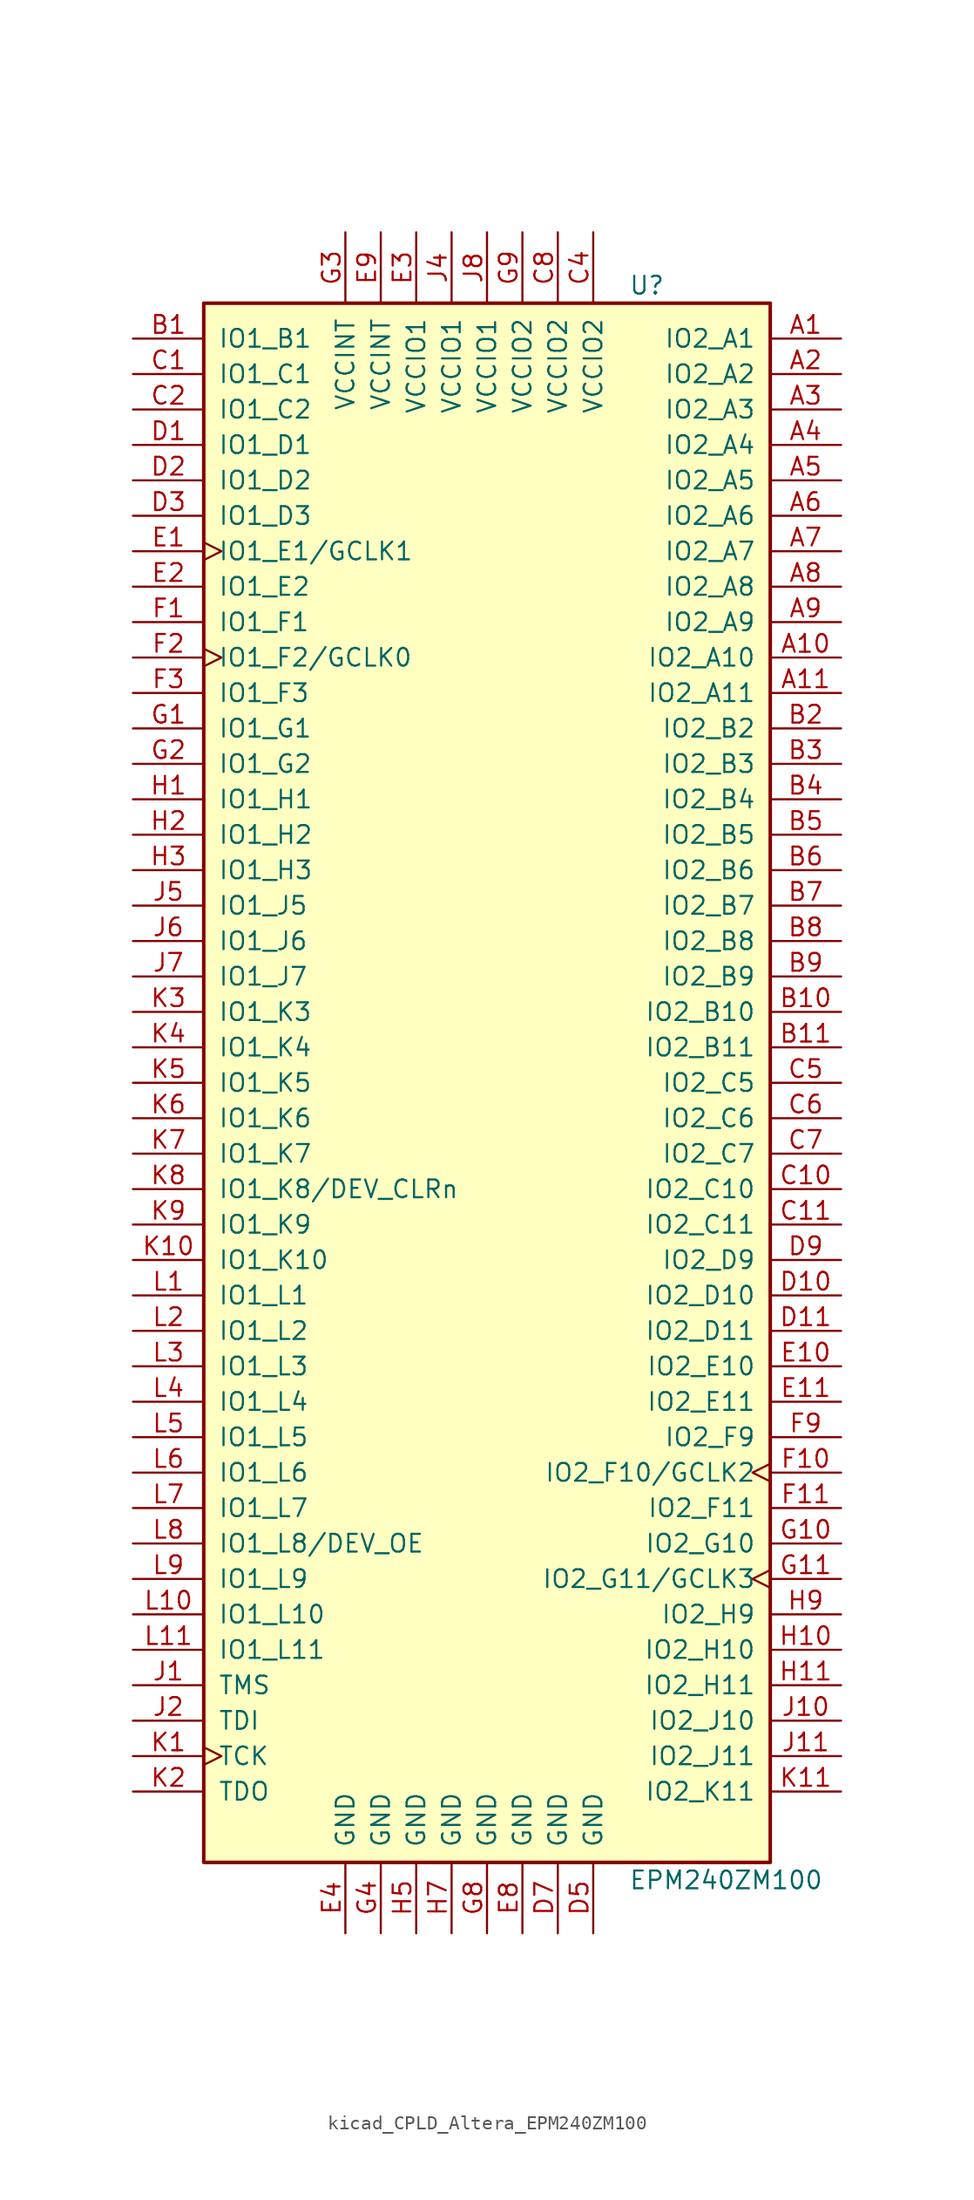
<source format=kicad_sym>
(kicad_symbol_lib
  (version 20220914)
  (generator kicad_symbol_editor)
  (symbol "kicad_CPLD_Altera_EPM240ZM100"
    (pin_names
      (offset 1.016))
    (property "Reference" "U"
      (at 10.16 57.15 0)
      (effects (font (size 1.27 1.27)) (justify left)))
    (property "Value" "EPM240ZM100"
      (at 10.16 -57.15 0)
      (effects (font (size 1.27 1.27)) (justify left)))
    (property "ki_locked" ""
      (at 0 0 0)
      (effects (font (size 1.27 1.27))))
    (symbol "kicad_CPLD_Altera_EPM240ZM100_1_1"
      (rectangle (start -20.32 55.88) (end 20.32 -55.88) (stroke (width 0.254) (type default)) (fill (type background)))
      (pin bidirectional line (at 25.4 53.34 180) (length 5.08) (name "IO2_A1" (effects (font (size 1.27 1.27)))) (number "A1" (effects (font (size 1.27 1.27)))))
      (pin bidirectional line (at 25.4 30.48 180) (length 5.08) (name "IO2_A10" (effects (font (size 1.27 1.27)))) (number "A10" (effects (font (size 1.27 1.27)))))
      (pin bidirectional line (at 25.4 27.94 180) (length 5.08) (name "IO2_A11" (effects (font (size 1.27 1.27)))) (number "A11" (effects (font (size 1.27 1.27)))))
      (pin bidirectional line (at 25.4 50.8 180) (length 5.08) (name "IO2_A2" (effects (font (size 1.27 1.27)))) (number "A2" (effects (font (size 1.27 1.27)))))
      (pin bidirectional line (at 25.4 48.26 180) (length 5.08) (name "IO2_A3" (effects (font (size 1.27 1.27)))) (number "A3" (effects (font (size 1.27 1.27)))))
      (pin bidirectional line (at 25.4 45.72 180) (length 5.08) (name "IO2_A4" (effects (font (size 1.27 1.27)))) (number "A4" (effects (font (size 1.27 1.27)))))
      (pin bidirectional line (at 25.4 43.18 180) (length 5.08) (name "IO2_A5" (effects (font (size 1.27 1.27)))) (number "A5" (effects (font (size 1.27 1.27)))))
      (pin bidirectional line (at 25.4 40.64 180) (length 5.08) (name "IO2_A6" (effects (font (size 1.27 1.27)))) (number "A6" (effects (font (size 1.27 1.27)))))
      (pin bidirectional line (at 25.4 38.1 180) (length 5.08) (name "IO2_A7" (effects (font (size 1.27 1.27)))) (number "A7" (effects (font (size 1.27 1.27)))))
      (pin bidirectional line (at 25.4 35.56 180) (length 5.08) (name "IO2_A8" (effects (font (size 1.27 1.27)))) (number "A8" (effects (font (size 1.27 1.27)))))
      (pin bidirectional line (at 25.4 33.02 180) (length 5.08) (name "IO2_A9" (effects (font (size 1.27 1.27)))) (number "A9" (effects (font (size 1.27 1.27)))))
      (pin bidirectional line (at -25.4 53.34 0) (length 5.08) (name "IO1_B1" (effects (font (size 1.27 1.27)))) (number "B1" (effects (font (size 1.27 1.27)))))
      (pin bidirectional line (at 25.4 5.08 180) (length 5.08) (name "IO2_B10" (effects (font (size 1.27 1.27)))) (number "B10" (effects (font (size 1.27 1.27)))))
      (pin bidirectional line (at 25.4 2.54 180) (length 5.08) (name "IO2_B11" (effects (font (size 1.27 1.27)))) (number "B11" (effects (font (size 1.27 1.27)))))
      (pin bidirectional line (at 25.4 25.4 180) (length 5.08) (name "IO2_B2" (effects (font (size 1.27 1.27)))) (number "B2" (effects (font (size 1.27 1.27)))))
      (pin bidirectional line (at 25.4 22.86 180) (length 5.08) (name "IO2_B3" (effects (font (size 1.27 1.27)))) (number "B3" (effects (font (size 1.27 1.27)))))
      (pin bidirectional line (at 25.4 20.32 180) (length 5.08) (name "IO2_B4" (effects (font (size 1.27 1.27)))) (number "B4" (effects (font (size 1.27 1.27)))))
      (pin bidirectional line (at 25.4 17.78 180) (length 5.08) (name "IO2_B5" (effects (font (size 1.27 1.27)))) (number "B5" (effects (font (size 1.27 1.27)))))
      (pin bidirectional line (at 25.4 15.24 180) (length 5.08) (name "IO2_B6" (effects (font (size 1.27 1.27)))) (number "B6" (effects (font (size 1.27 1.27)))))
      (pin bidirectional line (at 25.4 12.7 180) (length 5.08) (name "IO2_B7" (effects (font (size 1.27 1.27)))) (number "B7" (effects (font (size 1.27 1.27)))))
      (pin bidirectional line (at 25.4 10.16 180) (length 5.08) (name "IO2_B8" (effects (font (size 1.27 1.27)))) (number "B8" (effects (font (size 1.27 1.27)))))
      (pin bidirectional line (at 25.4 7.62 180) (length 5.08) (name "IO2_B9" (effects (font (size 1.27 1.27)))) (number "B9" (effects (font (size 1.27 1.27)))))
      (pin bidirectional line (at -25.4 50.8 0) (length 5.08) (name "IO1_C1" (effects (font (size 1.27 1.27)))) (number "C1" (effects (font (size 1.27 1.27)))))
      (pin bidirectional line (at 25.4 -7.62 180) (length 5.08) (name "IO2_C10" (effects (font (size 1.27 1.27)))) (number "C10" (effects (font (size 1.27 1.27)))))
      (pin bidirectional line (at 25.4 -10.16 180) (length 5.08) (name "IO2_C11" (effects (font (size 1.27 1.27)))) (number "C11" (effects (font (size 1.27 1.27)))))
      (pin bidirectional line (at -25.4 48.26 0) (length 5.08) (name "IO1_C2" (effects (font (size 1.27 1.27)))) (number "C2" (effects (font (size 1.27 1.27)))))
      (pin power_in line (at 7.62 60.96 270) (length 5.08) (name "VCCIO2" (effects (font (size 1.27 1.27)))) (number "C4" (effects (font (size 1.27 1.27)))))
      (pin bidirectional line (at 25.4 0 180) (length 5.08) (name "IO2_C5" (effects (font (size 1.27 1.27)))) (number "C5" (effects (font (size 1.27 1.27)))))
      (pin bidirectional line (at 25.4 -2.54 180) (length 5.08) (name "IO2_C6" (effects (font (size 1.27 1.27)))) (number "C6" (effects (font (size 1.27 1.27)))))
      (pin bidirectional line (at 25.4 -5.08 180) (length 5.08) (name "IO2_C7" (effects (font (size 1.27 1.27)))) (number "C7" (effects (font (size 1.27 1.27)))))
      (pin power_in line (at 5.08 60.96 270) (length 5.08) (name "VCCIO2" (effects (font (size 1.27 1.27)))) (number "C8" (effects (font (size 1.27 1.27)))))
      (pin bidirectional line (at -25.4 45.72 0) (length 5.08) (name "IO1_D1" (effects (font (size 1.27 1.27)))) (number "D1" (effects (font (size 1.27 1.27)))))
      (pin bidirectional line (at 25.4 -15.24 180) (length 5.08) (name "IO2_D10" (effects (font (size 1.27 1.27)))) (number "D10" (effects (font (size 1.27 1.27)))))
      (pin bidirectional line (at 25.4 -17.78 180) (length 5.08) (name "IO2_D11" (effects (font (size 1.27 1.27)))) (number "D11" (effects (font (size 1.27 1.27)))))
      (pin bidirectional line (at -25.4 43.18 0) (length 5.08) (name "IO1_D2" (effects (font (size 1.27 1.27)))) (number "D2" (effects (font (size 1.27 1.27)))))
      (pin bidirectional line (at -25.4 40.64 0) (length 5.08) (name "IO1_D3" (effects (font (size 1.27 1.27)))) (number "D3" (effects (font (size 1.27 1.27)))))
      (pin power_in line (at 7.62 -60.96 90) (length 5.08) (name "GND" (effects (font (size 1.27 1.27)))) (number "D5" (effects (font (size 1.27 1.27)))))
      (pin power_in line (at 5.08 -60.96 90) (length 5.08) (name "GND" (effects (font (size 1.27 1.27)))) (number "D7" (effects (font (size 1.27 1.27)))))
      (pin bidirectional line (at 25.4 -12.7 180) (length 5.08) (name "IO2_D9" (effects (font (size 1.27 1.27)))) (number "D9" (effects (font (size 1.27 1.27)))))
      (pin bidirectional clock (at -25.4 38.1 0) (length 5.08) (name "IO1_E1/GCLK1" (effects (font (size 1.27 1.27)))) (number "E1" (effects (font (size 1.27 1.27)))))
      (pin bidirectional line (at 25.4 -20.32 180) (length 5.08) (name "IO2_E10" (effects (font (size 1.27 1.27)))) (number "E10" (effects (font (size 1.27 1.27)))))
      (pin bidirectional line (at 25.4 -22.86 180) (length 5.08) (name "IO2_E11" (effects (font (size 1.27 1.27)))) (number "E11" (effects (font (size 1.27 1.27)))))
      (pin bidirectional line (at -25.4 35.56 0) (length 5.08) (name "IO1_E2" (effects (font (size 1.27 1.27)))) (number "E2" (effects (font (size 1.27 1.27)))))
      (pin power_in line (at -5.08 60.96 270) (length 5.08) (name "VCCIO1" (effects (font (size 1.27 1.27)))) (number "E3" (effects (font (size 1.27 1.27)))))
      (pin power_in line (at -10.16 -60.96 90) (length 5.08) (name "GND" (effects (font (size 1.27 1.27)))) (number "E4" (effects (font (size 1.27 1.27)))))
      (pin power_in line (at 2.54 -60.96 90) (length 5.08) (name "GND" (effects (font (size 1.27 1.27)))) (number "E8" (effects (font (size 1.27 1.27)))))
      (pin power_in line (at -7.62 60.96 270) (length 5.08) (name "VCCINT" (effects (font (size 1.27 1.27)))) (number "E9" (effects (font (size 1.27 1.27)))))
      (pin bidirectional line (at -25.4 33.02 0) (length 5.08) (name "IO1_F1" (effects (font (size 1.27 1.27)))) (number "F1" (effects (font (size 1.27 1.27)))))
      (pin bidirectional clock (at 25.4 -27.94 180) (length 5.08) (name "IO2_F10/GCLK2" (effects (font (size 1.27 1.27)))) (number "F10" (effects (font (size 1.27 1.27)))))
      (pin bidirectional line (at 25.4 -30.48 180) (length 5.08) (name "IO2_F11" (effects (font (size 1.27 1.27)))) (number "F11" (effects (font (size 1.27 1.27)))))
      (pin bidirectional clock (at -25.4 30.48 0) (length 5.08) (name "IO1_F2/GCLK0" (effects (font (size 1.27 1.27)))) (number "F2" (effects (font (size 1.27 1.27)))))
      (pin bidirectional line (at -25.4 27.94 0) (length 5.08) (name "IO1_F3" (effects (font (size 1.27 1.27)))) (number "F3" (effects (font (size 1.27 1.27)))))
      (pin bidirectional line (at 25.4 -25.4 180) (length 5.08) (name "IO2_F9" (effects (font (size 1.27 1.27)))) (number "F9" (effects (font (size 1.27 1.27)))))
      (pin bidirectional line (at -25.4 25.4 0) (length 5.08) (name "IO1_G1" (effects (font (size 1.27 1.27)))) (number "G1" (effects (font (size 1.27 1.27)))))
      (pin bidirectional line (at 25.4 -33.02 180) (length 5.08) (name "IO2_G10" (effects (font (size 1.27 1.27)))) (number "G10" (effects (font (size 1.27 1.27)))))
      (pin bidirectional clock (at 25.4 -35.56 180) (length 5.08) (name "IO2_G11/GCLK3" (effects (font (size 1.27 1.27)))) (number "G11" (effects (font (size 1.27 1.27)))))
      (pin bidirectional line (at -25.4 22.86 0) (length 5.08) (name "IO1_G2" (effects (font (size 1.27 1.27)))) (number "G2" (effects (font (size 1.27 1.27)))))
      (pin power_in line (at -10.16 60.96 270) (length 5.08) (name "VCCINT" (effects (font (size 1.27 1.27)))) (number "G3" (effects (font (size 1.27 1.27)))))
      (pin power_in line (at -7.62 -60.96 90) (length 5.08) (name "GND" (effects (font (size 1.27 1.27)))) (number "G4" (effects (font (size 1.27 1.27)))))
      (pin power_in line (at 0 -60.96 90) (length 5.08) (name "GND" (effects (font (size 1.27 1.27)))) (number "G8" (effects (font (size 1.27 1.27)))))
      (pin power_in line (at 2.54 60.96 270) (length 5.08) (name "VCCIO2" (effects (font (size 1.27 1.27)))) (number "G9" (effects (font (size 1.27 1.27)))))
      (pin bidirectional line (at -25.4 20.32 0) (length 5.08) (name "IO1_H1" (effects (font (size 1.27 1.27)))) (number "H1" (effects (font (size 1.27 1.27)))))
      (pin bidirectional line (at 25.4 -40.64 180) (length 5.08) (name "IO2_H10" (effects (font (size 1.27 1.27)))) (number "H10" (effects (font (size 1.27 1.27)))))
      (pin bidirectional line (at 25.4 -43.18 180) (length 5.08) (name "IO2_H11" (effects (font (size 1.27 1.27)))) (number "H11" (effects (font (size 1.27 1.27)))))
      (pin bidirectional line (at -25.4 17.78 0) (length 5.08) (name "IO1_H2" (effects (font (size 1.27 1.27)))) (number "H2" (effects (font (size 1.27 1.27)))))
      (pin bidirectional line (at -25.4 15.24 0) (length 5.08) (name "IO1_H3" (effects (font (size 1.27 1.27)))) (number "H3" (effects (font (size 1.27 1.27)))))
      (pin power_in line (at -5.08 -60.96 90) (length 5.08) (name "GND" (effects (font (size 1.27 1.27)))) (number "H5" (effects (font (size 1.27 1.27)))))
      (pin power_in line (at -2.54 -60.96 90) (length 5.08) (name "GND" (effects (font (size 1.27 1.27)))) (number "H7" (effects (font (size 1.27 1.27)))))
      (pin bidirectional line (at 25.4 -38.1 180) (length 5.08) (name "IO2_H9" (effects (font (size 1.27 1.27)))) (number "H9" (effects (font (size 1.27 1.27)))))
      (pin input line (at -25.4 -43.18 0) (length 5.08) (name "TMS" (effects (font (size 1.27 1.27)))) (number "J1" (effects (font (size 1.27 1.27)))))
      (pin bidirectional line (at 25.4 -45.72 180) (length 5.08) (name "IO2_J10" (effects (font (size 1.27 1.27)))) (number "J10" (effects (font (size 1.27 1.27)))))
      (pin bidirectional line (at 25.4 -48.26 180) (length 5.08) (name "IO2_J11" (effects (font (size 1.27 1.27)))) (number "J11" (effects (font (size 1.27 1.27)))))
      (pin input line (at -25.4 -45.72 0) (length 5.08) (name "TDI" (effects (font (size 1.27 1.27)))) (number "J2" (effects (font (size 1.27 1.27)))))
      (pin power_in line (at -2.54 60.96 270) (length 5.08) (name "VCCIO1" (effects (font (size 1.27 1.27)))) (number "J4" (effects (font (size 1.27 1.27)))))
      (pin bidirectional line (at -25.4 12.7 0) (length 5.08) (name "IO1_J5" (effects (font (size 1.27 1.27)))) (number "J5" (effects (font (size 1.27 1.27)))))
      (pin bidirectional line (at -25.4 10.16 0) (length 5.08) (name "IO1_J6" (effects (font (size 1.27 1.27)))) (number "J6" (effects (font (size 1.27 1.27)))))
      (pin bidirectional line (at -25.4 7.62 0) (length 5.08) (name "IO1_J7" (effects (font (size 1.27 1.27)))) (number "J7" (effects (font (size 1.27 1.27)))))
      (pin power_in line (at 0 60.96 270) (length 5.08) (name "VCCIO1" (effects (font (size 1.27 1.27)))) (number "J8" (effects (font (size 1.27 1.27)))))
      (pin input clock (at -25.4 -48.26 0) (length 5.08) (name "TCK" (effects (font (size 1.27 1.27)))) (number "K1" (effects (font (size 1.27 1.27)))))
      (pin bidirectional line (at -25.4 -12.7 0) (length 5.08) (name "IO1_K10" (effects (font (size 1.27 1.27)))) (number "K10" (effects (font (size 1.27 1.27)))))
      (pin bidirectional line (at 25.4 -50.8 180) (length 5.08) (name "IO2_K11" (effects (font (size 1.27 1.27)))) (number "K11" (effects (font (size 1.27 1.27)))))
      (pin output line (at -25.4 -50.8 0) (length 5.08) (name "TDO" (effects (font (size 1.27 1.27)))) (number "K2" (effects (font (size 1.27 1.27)))))
      (pin bidirectional line (at -25.4 5.08 0) (length 5.08) (name "IO1_K3" (effects (font (size 1.27 1.27)))) (number "K3" (effects (font (size 1.27 1.27)))))
      (pin bidirectional line (at -25.4 2.54 0) (length 5.08) (name "IO1_K4" (effects (font (size 1.27 1.27)))) (number "K4" (effects (font (size 1.27 1.27)))))
      (pin bidirectional line (at -25.4 0 0) (length 5.08) (name "IO1_K5" (effects (font (size 1.27 1.27)))) (number "K5" (effects (font (size 1.27 1.27)))))
      (pin bidirectional line (at -25.4 -2.54 0) (length 5.08) (name "IO1_K6" (effects (font (size 1.27 1.27)))) (number "K6" (effects (font (size 1.27 1.27)))))
      (pin bidirectional line (at -25.4 -5.08 0) (length 5.08) (name "IO1_K7" (effects (font (size 1.27 1.27)))) (number "K7" (effects (font (size 1.27 1.27)))))
      (pin bidirectional line (at -25.4 -7.62 0) (length 5.08) (name "IO1_K8/DEV_CLRn" (effects (font (size 1.27 1.27)))) (number "K8" (effects (font (size 1.27 1.27)))))
      (pin bidirectional line (at -25.4 -10.16 0) (length 5.08) (name "IO1_K9" (effects (font (size 1.27 1.27)))) (number "K9" (effects (font (size 1.27 1.27)))))
      (pin bidirectional line (at -25.4 -15.24 0) (length 5.08) (name "IO1_L1" (effects (font (size 1.27 1.27)))) (number "L1" (effects (font (size 1.27 1.27)))))
      (pin bidirectional line (at -25.4 -38.1 0) (length 5.08) (name "IO1_L10" (effects (font (size 1.27 1.27)))) (number "L10" (effects (font (size 1.27 1.27)))))
      (pin bidirectional line (at -25.4 -40.64 0) (length 5.08) (name "IO1_L11" (effects (font (size 1.27 1.27)))) (number "L11" (effects (font (size 1.27 1.27)))))
      (pin bidirectional line (at -25.4 -17.78 0) (length 5.08) (name "IO1_L2" (effects (font (size 1.27 1.27)))) (number "L2" (effects (font (size 1.27 1.27)))))
      (pin bidirectional line (at -25.4 -20.32 0) (length 5.08) (name "IO1_L3" (effects (font (size 1.27 1.27)))) (number "L3" (effects (font (size 1.27 1.27)))))
      (pin bidirectional line (at -25.4 -22.86 0) (length 5.08) (name "IO1_L4" (effects (font (size 1.27 1.27)))) (number "L4" (effects (font (size 1.27 1.27)))))
      (pin bidirectional line (at -25.4 -25.4 0) (length 5.08) (name "IO1_L5" (effects (font (size 1.27 1.27)))) (number "L5" (effects (font (size 1.27 1.27)))))
      (pin bidirectional line (at -25.4 -27.94 0) (length 5.08) (name "IO1_L6" (effects (font (size 1.27 1.27)))) (number "L6" (effects (font (size 1.27 1.27)))))
      (pin bidirectional line (at -25.4 -30.48 0) (length 5.08) (name "IO1_L7" (effects (font (size 1.27 1.27)))) (number "L7" (effects (font (size 1.27 1.27)))))
      (pin bidirectional line (at -25.4 -33.02 0) (length 5.08) (name "IO1_L8/DEV_OE" (effects (font (size 1.27 1.27)))) (number "L8" (effects (font (size 1.27 1.27)))))
      (pin bidirectional line (at -25.4 -35.56 0) (length 5.08) (name "IO1_L9" (effects (font (size 1.27 1.27)))) (number "L9" (effects (font (size 1.27 1.27))))))))
</source>
